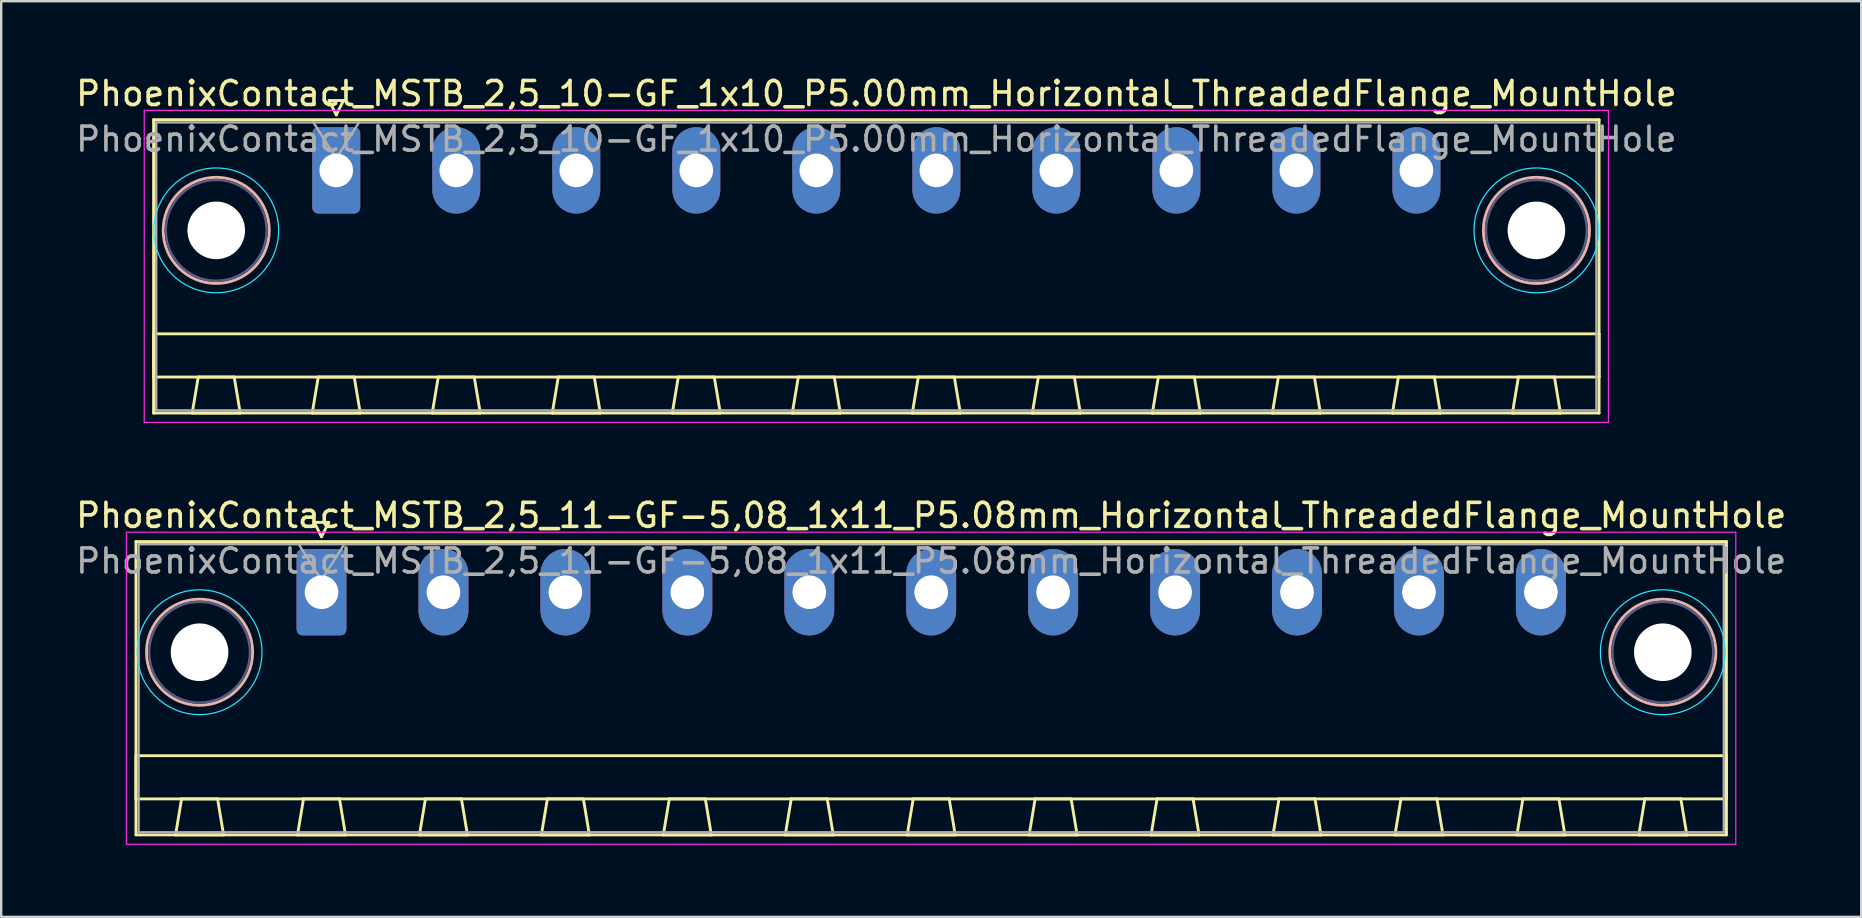
<source format=kicad_pcb>
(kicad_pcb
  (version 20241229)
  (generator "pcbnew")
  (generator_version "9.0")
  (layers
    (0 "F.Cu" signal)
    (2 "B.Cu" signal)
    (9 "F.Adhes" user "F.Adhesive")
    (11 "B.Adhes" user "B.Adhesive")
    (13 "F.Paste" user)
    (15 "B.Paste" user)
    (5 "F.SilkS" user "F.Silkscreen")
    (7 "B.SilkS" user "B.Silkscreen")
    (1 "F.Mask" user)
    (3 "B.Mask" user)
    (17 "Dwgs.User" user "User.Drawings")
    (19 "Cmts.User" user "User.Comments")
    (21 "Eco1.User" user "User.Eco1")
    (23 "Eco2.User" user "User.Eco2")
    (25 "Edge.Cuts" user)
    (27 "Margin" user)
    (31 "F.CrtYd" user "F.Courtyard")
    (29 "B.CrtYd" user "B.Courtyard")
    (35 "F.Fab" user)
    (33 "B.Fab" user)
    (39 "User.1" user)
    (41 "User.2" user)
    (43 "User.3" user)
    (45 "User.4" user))
  (footprint "PhoenixContact_MSTB_2,5_11-GF-5,08_1x11_P5.08mm_Horizontal_ThreadedFlange_MountHole"
    (layer "F.Cu")
    (at 10.344 21.622)
    (property "Reference" "PhoenixContact_MSTB_2,5_11-GF-5,08_1x11_P5.08mm_Horizontal_ThreadedFlange_MountHole" (at 25.4 -3.2 0) (layer "F.SilkS") (effects (font (size 1 1) (thickness 0.15))))
    (attr through_hole)
    (fp_line (start -7.73 -2.11) (end -7.73 10.11) (stroke (width 0.12) (type solid)) (layer "F.SilkS"))
    (fp_line (start -7.73 6.81) (end 58.53 6.81) (stroke (width 0.12) (type solid)) (layer "F.SilkS"))
    (fp_line (start -7.73 8.61) (end -7.73 6.81) (stroke (width 0.12) (type solid)) (layer "F.SilkS"))
    (fp_line (start -7.73 10.11) (end 58.53 10.11) (stroke (width 0.12) (type solid)) (layer "F.SilkS"))
    (fp_line (start -6.08 10.11) (end -4.08 10.11) (stroke (width 0.12) (type solid)) (layer "F.SilkS"))
    (fp_line (start -5.83 8.61) (end -6.08 10.11) (stroke (width 0.12) (type solid)) (layer "F.SilkS"))
    (fp_line (start -4.33 8.61) (end -5.83 8.61) (stroke (width 0.12) (type solid)) (layer "F.SilkS"))
    (fp_line (start -4.08 10.11) (end -4.33 8.61) (stroke (width 0.12) (type solid)) (layer "F.SilkS"))
    (fp_line (start -1 10.11) (end 1 10.11) (stroke (width 0.12) (type solid)) (layer "F.SilkS"))
    (fp_line (start -0.75 8.61) (end -1 10.11) (stroke (width 0.12) (type solid)) (layer "F.SilkS"))
    (fp_line (start -0.3 -2.91) (end 0.3 -2.91) (stroke (width 0.12) (type solid)) (layer "F.SilkS"))
    (fp_line (start 0 -2.31) (end -0.3 -2.91) (stroke (width 0.12) (type solid)) (layer "F.SilkS"))
    (fp_line (start 0.3 -2.91) (end 0 -2.31) (stroke (width 0.12) (type solid)) (layer "F.SilkS"))
    (fp_line (start 0.75 8.61) (end -0.75 8.61) (stroke (width 0.12) (type solid)) (layer "F.SilkS"))
    (fp_line (start 1 10.11) (end 0.75 8.61) (stroke (width 0.12) (type solid)) (layer "F.SilkS"))
    (fp_line (start 4.08 10.11) (end 6.08 10.11) (stroke (width 0.12) (type solid)) (layer "F.SilkS"))
    (fp_line (start 4.33 8.61) (end 4.08 10.11) (stroke (width 0.12) (type solid)) (layer "F.SilkS"))
    (fp_line (start 5.83 8.61) (end 4.33 8.61) (stroke (width 0.12) (type solid)) (layer "F.SilkS"))
    (fp_line (start 6.08 10.11) (end 5.83 8.61) (stroke (width 0.12) (type solid)) (layer "F.SilkS"))
    (fp_line (start 9.16 10.11) (end 11.16 10.11) (stroke (width 0.12) (type solid)) (layer "F.SilkS"))
    (fp_line (start 9.41 8.61) (end 9.16 10.11) (stroke (width 0.12) (type solid)) (layer "F.SilkS"))
    (fp_line (start 10.91 8.61) (end 9.41 8.61) (stroke (width 0.12) (type solid)) (layer "F.SilkS"))
    (fp_line (start 11.16 10.11) (end 10.91 8.61) (stroke (width 0.12) (type solid)) (layer "F.SilkS"))
    (fp_line (start 14.24 10.11) (end 16.24 10.11) (stroke (width 0.12) (type solid)) (layer "F.SilkS"))
    (fp_line (start 14.49 8.61) (end 14.24 10.11) (stroke (width 0.12) (type solid)) (layer "F.SilkS"))
    (fp_line (start 15.99 8.61) (end 14.49 8.61) (stroke (width 0.12) (type solid)) (layer "F.SilkS"))
    (fp_line (start 16.24 10.11) (end 15.99 8.61) (stroke (width 0.12) (type solid)) (layer "F.SilkS"))
    (fp_line (start 19.32 10.11) (end 21.32 10.11) (stroke (width 0.12) (type solid)) (layer "F.SilkS"))
    (fp_line (start 19.57 8.61) (end 19.32 10.11) (stroke (width 0.12) (type solid)) (layer "F.SilkS"))
    (fp_line (start 21.07 8.61) (end 19.57 8.61) (stroke (width 0.12) (type solid)) (layer "F.SilkS"))
    (fp_line (start 21.32 10.11) (end 21.07 8.61) (stroke (width 0.12) (type solid)) (layer "F.SilkS"))
    (fp_line (start 24.4 10.11) (end 26.4 10.11) (stroke (width 0.12) (type solid)) (layer "F.SilkS"))
    (fp_line (start 24.65 8.61) (end 24.4 10.11) (stroke (width 0.12) (type solid)) (layer "F.SilkS"))
    (fp_line (start 26.15 8.61) (end 24.65 8.61) (stroke (width 0.12) (type solid)) (layer "F.SilkS"))
    (fp_line (start 26.4 10.11) (end 26.15 8.61) (stroke (width 0.12) (type solid)) (layer "F.SilkS"))
    (fp_line (start 29.48 10.11) (end 31.48 10.11) (stroke (width 0.12) (type solid)) (layer "F.SilkS"))
    (fp_line (start 29.73 8.61) (end 29.48 10.11) (stroke (width 0.12) (type solid)) (layer "F.SilkS"))
    (fp_line (start 31.23 8.61) (end 29.73 8.61) (stroke (width 0.12) (type solid)) (layer "F.SilkS"))
    (fp_line (start 31.48 10.11) (end 31.23 8.61) (stroke (width 0.12) (type solid)) (layer "F.SilkS"))
    (fp_line (start 34.56 10.11) (end 36.56 10.11) (stroke (width 0.12) (type solid)) (layer "F.SilkS"))
    (fp_line (start 34.81 8.61) (end 34.56 10.11) (stroke (width 0.12) (type solid)) (layer "F.SilkS"))
    (fp_line (start 36.31 8.61) (end 34.81 8.61) (stroke (width 0.12) (type solid)) (layer "F.SilkS"))
    (fp_line (start 36.56 10.11) (end 36.31 8.61) (stroke (width 0.12) (type solid)) (layer "F.SilkS"))
    (fp_line (start 39.64 10.11) (end 41.64 10.11) (stroke (width 0.12) (type solid)) (layer "F.SilkS"))
    (fp_line (start 39.89 8.61) (end 39.64 10.11) (stroke (width 0.12) (type solid)) (layer "F.SilkS"))
    (fp_line (start 41.39 8.61) (end 39.89 8.61) (stroke (width 0.12) (type solid)) (layer "F.SilkS"))
    (fp_line (start 41.64 10.11) (end 41.39 8.61) (stroke (width 0.12) (type solid)) (layer "F.SilkS"))
    (fp_line (start 44.72 10.11) (end 46.72 10.11) (stroke (width 0.12) (type solid)) (layer "F.SilkS"))
    (fp_line (start 44.97 8.61) (end 44.72 10.11) (stroke (width 0.12) (type solid)) (layer "F.SilkS"))
    (fp_line (start 46.47 8.61) (end 44.97 8.61) (stroke (width 0.12) (type solid)) (layer "F.SilkS"))
    (fp_line (start 46.72 10.11) (end 46.47 8.61) (stroke (width 0.12) (type solid)) (layer "F.SilkS"))
    (fp_line (start 49.8 10.11) (end 51.8 10.11) (stroke (width 0.12) (type solid)) (layer "F.SilkS"))
    (fp_line (start 50.05 8.61) (end 49.8 10.11) (stroke (width 0.12) (type solid)) (layer "F.SilkS"))
    (fp_line (start 51.55 8.61) (end 50.05 8.61) (stroke (width 0.12) (type solid)) (layer "F.SilkS"))
    (fp_line (start 51.8 10.11) (end 51.55 8.61) (stroke (width 0.12) (type solid)) (layer "F.SilkS"))
    (fp_line (start 54.88 10.11) (end 56.88 10.11) (stroke (width 0.12) (type solid)) (layer "F.SilkS"))
    (fp_line (start 55.13 8.61) (end 54.88 10.11) (stroke (width 0.12) (type solid)) (layer "F.SilkS"))
    (fp_line (start 56.63 8.61) (end 55.13 8.61) (stroke (width 0.12) (type solid)) (layer "F.SilkS"))
    (fp_line (start 56.88 10.11) (end 56.63 8.61) (stroke (width 0.12) (type solid)) (layer "F.SilkS"))
    (fp_line (start 58.53 -2.11) (end -7.73 -2.11) (stroke (width 0.12) (type solid)) (layer "F.SilkS"))
    (fp_line (start 58.53 6.81) (end 58.53 8.61) (stroke (width 0.12) (type solid)) (layer "F.SilkS"))
    (fp_line (start 58.53 8.61) (end -7.73 8.61) (stroke (width 0.12) (type solid)) (layer "F.SilkS"))
    (fp_line (start 58.53 10.11) (end 58.53 -2.11) (stroke (width 0.12) (type solid)) (layer "F.SilkS"))
    (fp_circle (center -5.08 2.5) (end -2.87 2.5) (stroke (width 0.12) (type solid)) (fill no) (layer "B.SilkS"))
    (fp_circle (center 55.88 2.5) (end 58.09 2.5) (stroke (width 0.12) (type solid)) (fill no) (layer "B.SilkS"))
    (fp_circle (center -5.08 2.5) (end -2.48 2.5) (stroke (width 0.05) (type solid)) (fill no) (layer "B.CrtYd"))
    (fp_circle (center 55.88 2.5) (end 58.48 2.5) (stroke (width 0.05) (type solid)) (fill no) (layer "B.CrtYd"))
    (fp_line (start -8.13 -2.5) (end -8.13 10.5) (stroke (width 0.05) (type solid)) (layer "F.CrtYd"))
    (fp_line (start -8.13 10.5) (end 58.92 10.5) (stroke (width 0.05) (type solid)) (layer "F.CrtYd"))
    (fp_line (start 58.92 -2.5) (end -8.13 -2.5) (stroke (width 0.05) (type solid)) (layer "F.CrtYd"))
    (fp_line (start 58.92 10.5) (end 58.92 -2.5) (stroke (width 0.05) (type solid)) (layer "F.CrtYd"))
    (fp_circle (center -5.08 2.5) (end -2.98 2.5) (stroke (width 0.1) (type solid)) (fill no) (layer "B.Fab"))
    (fp_circle (center 55.88 2.5) (end 57.98 2.5) (stroke (width 0.1) (type solid)) (fill no) (layer "B.Fab"))
    (fp_line (start -7.62 -2) (end -7.62 10) (stroke (width 0.1) (type solid)) (layer "F.Fab"))
    (fp_line (start -7.62 10) (end 58.42 10) (stroke (width 0.1) (type solid)) (layer "F.Fab"))
    (fp_line (start 0 -0.5) (end -0.95 -2) (stroke (width 0.1) (type solid)) (layer "F.Fab"))
    (fp_line (start 0.95 -2) (end 0 -0.5) (stroke (width 0.1) (type solid)) (layer "F.Fab"))
    (fp_line (start 58.42 -2) (end -7.62 -2) (stroke (width 0.1) (type solid)) (layer "F.Fab"))
    (fp_line (start 58.42 10) (end 58.42 -2) (stroke (width 0.1) (type solid)) (layer "F.Fab"))
    (fp_text user "${REFERENCE}" (at 25.4 -1.3 0) (layer "F.Fab") (effects (font (size 1 1) (thickness 0.15))))
    (pad "" np_thru_hole circle (at -5.08 2.5) (size 2.4 2.4) (drill 2.4) (layers "*.Cu" "*.Mask"))
    (pad "" np_thru_hole circle (at 55.88 2.5) (size 2.4 2.4) (drill 2.4) (layers "*.Cu" "*.Mask"))
    (pad "1" thru_hole roundrect (at 0 0) (size 2.08 3.6) (drill 1.4) (layers "*.Cu" "*.Mask") (roundrect_rratio 0.12))
    (pad "2" thru_hole oval (at 5.08 0) (size 2.08 3.6) (drill 1.4) (layers "*.Cu" "*.Mask"))
    (pad "3" thru_hole oval (at 10.16 0) (size 2.08 3.6) (drill 1.4) (layers "*.Cu" "*.Mask"))
    (pad "4" thru_hole oval (at 15.24 0) (size 2.08 3.6) (drill 1.4) (layers "*.Cu" "*.Mask"))
    (pad "5" thru_hole oval (at 20.32 0) (size 2.08 3.6) (drill 1.4) (layers "*.Cu" "*.Mask"))
    (pad "6" thru_hole oval (at 25.4 0) (size 2.08 3.6) (drill 1.4) (layers "*.Cu" "*.Mask"))
    (pad "7" thru_hole oval (at 30.48 0) (size 2.08 3.6) (drill 1.4) (layers "*.Cu" "*.Mask"))
    (pad "8" thru_hole oval (at 35.56 0) (size 2.08 3.6) (drill 1.4) (layers "*.Cu" "*.Mask"))
    (pad "9" thru_hole oval (at 40.64 0) (size 2.08 3.6) (drill 1.4) (layers "*.Cu" "*.Mask"))
    (pad "10" thru_hole oval (at 45.72 0) (size 2.08 3.6) (drill 1.4) (layers "*.Cu" "*.Mask"))
    (pad "11" thru_hole oval (at 50.8 0) (size 2.08 3.6) (drill 1.4) (layers "*.Cu" "*.Mask")))
  (footprint "PhoenixContact_MSTB_2,5_10-GF_1x10_P5.00mm_Horizontal_ThreadedFlange_MountHole"
    (layer "F.Cu")
    (at 10.958 4.048)
    (property "Reference" "PhoenixContact_MSTB_2,5_10-GF_1x10_P5.00mm_Horizontal_ThreadedFlange_MountHole" (at 22.5 -3.2 0) (layer "F.SilkS") (effects (font (size 1 1) (thickness 0.15))))
    (attr through_hole)
    (fp_line (start -7.61 -2.11) (end -7.61 10.11) (stroke (width 0.12) (type solid)) (layer "F.SilkS"))
    (fp_line (start -7.61 6.81) (end 52.61 6.81) (stroke (width 0.12) (type solid)) (layer "F.SilkS"))
    (fp_line (start -7.61 8.61) (end -7.61 6.81) (stroke (width 0.12) (type solid)) (layer "F.SilkS"))
    (fp_line (start -7.61 10.11) (end 52.61 10.11) (stroke (width 0.12) (type solid)) (layer "F.SilkS"))
    (fp_line (start -6 10.11) (end -4 10.11) (stroke (width 0.12) (type solid)) (layer "F.SilkS"))
    (fp_line (start -5.75 8.61) (end -6 10.11) (stroke (width 0.12) (type solid)) (layer "F.SilkS"))
    (fp_line (start -4.25 8.61) (end -5.75 8.61) (stroke (width 0.12) (type solid)) (layer "F.SilkS"))
    (fp_line (start -4 10.11) (end -4.25 8.61) (stroke (width 0.12) (type solid)) (layer "F.SilkS"))
    (fp_line (start -1 10.11) (end 1 10.11) (stroke (width 0.12) (type solid)) (layer "F.SilkS"))
    (fp_line (start -0.75 8.61) (end -1 10.11) (stroke (width 0.12) (type solid)) (layer "F.SilkS"))
    (fp_line (start -0.3 -2.91) (end 0.3 -2.91) (stroke (width 0.12) (type solid)) (layer "F.SilkS"))
    (fp_line (start 0 -2.31) (end -0.3 -2.91) (stroke (width 0.12) (type solid)) (layer "F.SilkS"))
    (fp_line (start 0.3 -2.91) (end 0 -2.31) (stroke (width 0.12) (type solid)) (layer "F.SilkS"))
    (fp_line (start 0.75 8.61) (end -0.75 8.61) (stroke (width 0.12) (type solid)) (layer "F.SilkS"))
    (fp_line (start 1 10.11) (end 0.75 8.61) (stroke (width 0.12) (type solid)) (layer "F.SilkS"))
    (fp_line (start 4 10.11) (end 6 10.11) (stroke (width 0.12) (type solid)) (layer "F.SilkS"))
    (fp_line (start 4.25 8.61) (end 4 10.11) (stroke (width 0.12) (type solid)) (layer "F.SilkS"))
    (fp_line (start 5.75 8.61) (end 4.25 8.61) (stroke (width 0.12) (type solid)) (layer "F.SilkS"))
    (fp_line (start 6 10.11) (end 5.75 8.61) (stroke (width 0.12) (type solid)) (layer "F.SilkS"))
    (fp_line (start 9 10.11) (end 11 10.11) (stroke (width 0.12) (type solid)) (layer "F.SilkS"))
    (fp_line (start 9.25 8.61) (end 9 10.11) (stroke (width 0.12) (type solid)) (layer "F.SilkS"))
    (fp_line (start 10.75 8.61) (end 9.25 8.61) (stroke (width 0.12) (type solid)) (layer "F.SilkS"))
    (fp_line (start 11 10.11) (end 10.75 8.61) (stroke (width 0.12) (type solid)) (layer "F.SilkS"))
    (fp_line (start 14 10.11) (end 16 10.11) (stroke (width 0.12) (type solid)) (layer "F.SilkS"))
    (fp_line (start 14.25 8.61) (end 14 10.11) (stroke (width 0.12) (type solid)) (layer "F.SilkS"))
    (fp_line (start 15.75 8.61) (end 14.25 8.61) (stroke (width 0.12) (type solid)) (layer "F.SilkS"))
    (fp_line (start 16 10.11) (end 15.75 8.61) (stroke (width 0.12) (type solid)) (layer "F.SilkS"))
    (fp_line (start 19 10.11) (end 21 10.11) (stroke (width 0.12) (type solid)) (layer "F.SilkS"))
    (fp_line (start 19.25 8.61) (end 19 10.11) (stroke (width 0.12) (type solid)) (layer "F.SilkS"))
    (fp_line (start 20.75 8.61) (end 19.25 8.61) (stroke (width 0.12) (type solid)) (layer "F.SilkS"))
    (fp_line (start 21 10.11) (end 20.75 8.61) (stroke (width 0.12) (type solid)) (layer "F.SilkS"))
    (fp_line (start 24 10.11) (end 26 10.11) (stroke (width 0.12) (type solid)) (layer "F.SilkS"))
    (fp_line (start 24.25 8.61) (end 24 10.11) (stroke (width 0.12) (type solid)) (layer "F.SilkS"))
    (fp_line (start 25.75 8.61) (end 24.25 8.61) (stroke (width 0.12) (type solid)) (layer "F.SilkS"))
    (fp_line (start 26 10.11) (end 25.75 8.61) (stroke (width 0.12) (type solid)) (layer "F.SilkS"))
    (fp_line (start 29 10.11) (end 31 10.11) (stroke (width 0.12) (type solid)) (layer "F.SilkS"))
    (fp_line (start 29.25 8.61) (end 29 10.11) (stroke (width 0.12) (type solid)) (layer "F.SilkS"))
    (fp_line (start 30.75 8.61) (end 29.25 8.61) (stroke (width 0.12) (type solid)) (layer "F.SilkS"))
    (fp_line (start 31 10.11) (end 30.75 8.61) (stroke (width 0.12) (type solid)) (layer "F.SilkS"))
    (fp_line (start 34 10.11) (end 36 10.11) (stroke (width 0.12) (type solid)) (layer "F.SilkS"))
    (fp_line (start 34.25 8.61) (end 34 10.11) (stroke (width 0.12) (type solid)) (layer "F.SilkS"))
    (fp_line (start 35.75 8.61) (end 34.25 8.61) (stroke (width 0.12) (type solid)) (layer "F.SilkS"))
    (fp_line (start 36 10.11) (end 35.75 8.61) (stroke (width 0.12) (type solid)) (layer "F.SilkS"))
    (fp_line (start 39 10.11) (end 41 10.11) (stroke (width 0.12) (type solid)) (layer "F.SilkS"))
    (fp_line (start 39.25 8.61) (end 39 10.11) (stroke (width 0.12) (type solid)) (layer "F.SilkS"))
    (fp_line (start 40.75 8.61) (end 39.25 8.61) (stroke (width 0.12) (type solid)) (layer "F.SilkS"))
    (fp_line (start 41 10.11) (end 40.75 8.61) (stroke (width 0.12) (type solid)) (layer "F.SilkS"))
    (fp_line (start 44 10.11) (end 46 10.11) (stroke (width 0.12) (type solid)) (layer "F.SilkS"))
    (fp_line (start 44.25 8.61) (end 44 10.11) (stroke (width 0.12) (type solid)) (layer "F.SilkS"))
    (fp_line (start 45.75 8.61) (end 44.25 8.61) (stroke (width 0.12) (type solid)) (layer "F.SilkS"))
    (fp_line (start 46 10.11) (end 45.75 8.61) (stroke (width 0.12) (type solid)) (layer "F.SilkS"))
    (fp_line (start 49 10.11) (end 51 10.11) (stroke (width 0.12) (type solid)) (layer "F.SilkS"))
    (fp_line (start 49.25 8.61) (end 49 10.11) (stroke (width 0.12) (type solid)) (layer "F.SilkS"))
    (fp_line (start 50.75 8.61) (end 49.25 8.61) (stroke (width 0.12) (type solid)) (layer "F.SilkS"))
    (fp_line (start 51 10.11) (end 50.75 8.61) (stroke (width 0.12) (type solid)) (layer "F.SilkS"))
    (fp_line (start 52.61 -2.11) (end -7.61 -2.11) (stroke (width 0.12) (type solid)) (layer "F.SilkS"))
    (fp_line (start 52.61 6.81) (end 52.61 8.61) (stroke (width 0.12) (type solid)) (layer "F.SilkS"))
    (fp_line (start 52.61 8.61) (end -7.61 8.61) (stroke (width 0.12) (type solid)) (layer "F.SilkS"))
    (fp_line (start 52.61 10.11) (end 52.61 -2.11) (stroke (width 0.12) (type solid)) (layer "F.SilkS"))
    (fp_circle (center -5 2.5) (end -2.79 2.5) (stroke (width 0.12) (type solid)) (fill no) (layer "B.SilkS"))
    (fp_circle (center 50 2.5) (end 52.21 2.5) (stroke (width 0.12) (type solid)) (fill no) (layer "B.SilkS"))
    (fp_circle (center -5 2.5) (end -2.4 2.5) (stroke (width 0.05) (type solid)) (fill no) (layer "B.CrtYd"))
    (fp_circle (center 50 2.5) (end 52.6 2.5) (stroke (width 0.05) (type solid)) (fill no) (layer "B.CrtYd"))
    (fp_line (start -8 -2.5) (end -8 10.5) (stroke (width 0.05) (type solid)) (layer "F.CrtYd"))
    (fp_line (start -8 10.5) (end 53 10.5) (stroke (width 0.05) (type solid)) (layer "F.CrtYd"))
    (fp_line (start 53 -2.5) (end -8 -2.5) (stroke (width 0.05) (type solid)) (layer "F.CrtYd"))
    (fp_line (start 53 10.5) (end 53 -2.5) (stroke (width 0.05) (type solid)) (layer "F.CrtYd"))
    (fp_circle (center -5 2.5) (end -2.9 2.5) (stroke (width 0.1) (type solid)) (fill no) (layer "B.Fab"))
    (fp_circle (center 50 2.5) (end 52.1 2.5) (stroke (width 0.1) (type solid)) (fill no) (layer "B.Fab"))
    (fp_line (start -7.5 -2) (end -7.5 10) (stroke (width 0.1) (type solid)) (layer "F.Fab"))
    (fp_line (start -7.5 10) (end 52.5 10) (stroke (width 0.1) (type solid)) (layer "F.Fab"))
    (fp_line (start 0 -0.5) (end -0.95 -2) (stroke (width 0.1) (type solid)) (layer "F.Fab"))
    (fp_line (start 0.95 -2) (end 0 -0.5) (stroke (width 0.1) (type solid)) (layer "F.Fab"))
    (fp_line (start 52.5 -2) (end -7.5 -2) (stroke (width 0.1) (type solid)) (layer "F.Fab"))
    (fp_line (start 52.5 10) (end 52.5 -2) (stroke (width 0.1) (type solid)) (layer "F.Fab"))
    (fp_text user "${REFERENCE}" (at 22.5 -1.3 0) (layer "F.Fab") (effects (font (size 1 1) (thickness 0.15))))
    (pad "" np_thru_hole circle (at -5 2.5) (size 2.4 2.4) (drill 2.4) (layers "*.Cu" "*.Mask"))
    (pad "" np_thru_hole circle (at 50 2.5) (size 2.4 2.4) (drill 2.4) (layers "*.Cu" "*.Mask"))
    (pad "1" thru_hole roundrect (at 0 0) (size 2 3.6) (drill 1.4) (layers "*.Cu" "*.Mask") (roundrect_rratio 0.125))
    (pad "2" thru_hole oval (at 5 0) (size 2 3.6) (drill 1.4) (layers "*.Cu" "*.Mask"))
    (pad "3" thru_hole oval (at 10 0) (size 2 3.6) (drill 1.4) (layers "*.Cu" "*.Mask"))
    (pad "4" thru_hole oval (at 15 0) (size 2 3.6) (drill 1.4) (layers "*.Cu" "*.Mask"))
    (pad "5" thru_hole oval (at 20 0) (size 2 3.6) (drill 1.4) (layers "*.Cu" "*.Mask"))
    (pad "6" thru_hole oval (at 25 0) (size 2 3.6) (drill 1.4) (layers "*.Cu" "*.Mask"))
    (pad "7" thru_hole oval (at 30 0) (size 2 3.6) (drill 1.4) (layers "*.Cu" "*.Mask"))
    (pad "8" thru_hole oval (at 35 0) (size 2 3.6) (drill 1.4) (layers "*.Cu" "*.Mask"))
    (pad "9" thru_hole oval (at 40 0) (size 2 3.6) (drill 1.4) (layers "*.Cu" "*.Mask"))
    (pad "10" thru_hole oval (at 45 0) (size 2 3.6) (drill 1.4) (layers "*.Cu" "*.Mask")))
  (gr_rect
    (start -3 -3)
    (end 74.488 35.147)
    (stroke (width 0.1) (type default))
    (fill no)
    (layer "Edge.Cuts")))
</source>
